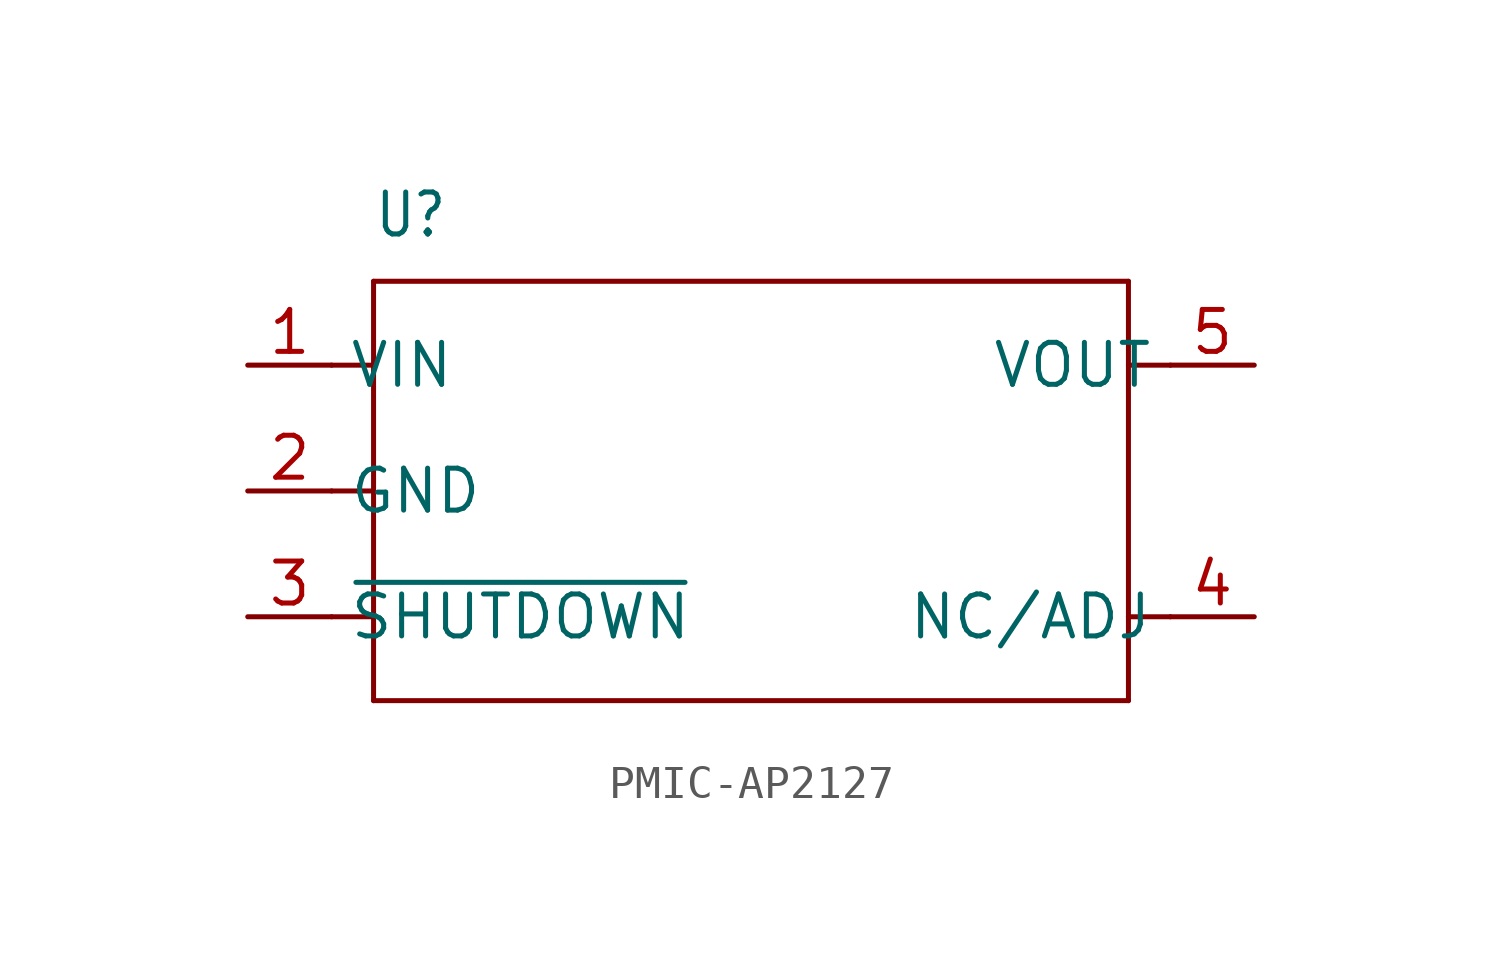
<source format=kicad_sym>
(kicad_symbol_lib
  (version 20220914)
  (generator kicad_symbol_editor)
  (symbol "PMIC-AP2127"
    (property "Reference" "U"
      (at -11.43 7.62 0)
      (effects (font (size 1.27 1.079)) (justify left bottom)))
    (property "Value" ""
      (at -11.43 6.35 0)
      (effects (font (size 1.27 1.079)) (justify left bottom)))
    (property "ki_locked" ""
      (at 0 0 0)
      (effects (font (size 1.27 1.27))))
    (symbol "PMIC-AP2127_1_0"
      (polyline (pts (xy -12.7 -3.81) (xy -11.43 -3.81)) (stroke (width 0.152) (type solid)) (fill (type none)))
      (polyline (pts (xy -12.7 0) (xy -11.43 0)) (stroke (width 0.152) (type solid)) (fill (type none)))
      (polyline (pts (xy -12.7 3.81) (xy -11.43 3.81)) (stroke (width 0.152) (type solid)) (fill (type none)))
      (polyline (pts (xy -11.43 -6.35) (xy -11.43 -3.81)) (stroke (width 0.152) (type solid)) (fill (type none)))
      (polyline (pts (xy -11.43 -3.81) (xy -11.43 0)) (stroke (width 0.152) (type solid)) (fill (type none)))
      (polyline (pts (xy -11.43 0) (xy -11.43 3.81)) (stroke (width 0.152) (type solid)) (fill (type none)))
      (polyline (pts (xy -11.43 3.81) (xy -11.43 6.35)) (stroke (width 0.152) (type solid)) (fill (type none)))
      (polyline (pts (xy -11.43 6.35) (xy 11.43 6.35)) (stroke (width 0.152) (type solid)) (fill (type none)))
      (polyline (pts (xy 11.43 -6.35) (xy -11.43 -6.35)) (stroke (width 0.152) (type solid)) (fill (type none)))
      (polyline (pts (xy 11.43 -3.81) (xy 11.43 -6.35)) (stroke (width 0.152) (type solid)) (fill (type none)))
      (polyline (pts (xy 11.43 3.81) (xy 11.43 -3.81)) (stroke (width 0.152) (type solid)) (fill (type none)))
      (polyline (pts (xy 11.43 6.35) (xy 11.43 3.81)) (stroke (width 0.152) (type solid)) (fill (type none)))
      (polyline (pts (xy 12.7 -3.81) (xy 11.43 -3.81)) (stroke (width 0.152) (type solid)) (fill (type none)))
      (polyline (pts (xy 12.7 3.81) (xy 11.43 3.81)) (stroke (width 0.152) (type solid)) (fill (type none)))
      (pin bidirectional line (at -15.24 3.81 0) (length 2.54) (name "VIN" (effects (font (size 1.27 1.27)))) (number "1" (effects (font (size 1.27 1.27)))))
      (pin bidirectional line (at -15.24 0 0) (length 2.54) (name "GND" (effects (font (size 1.27 1.27)))) (number "2" (effects (font (size 1.27 1.27)))))
      (pin bidirectional line (at -15.24 -3.81 0) (length 2.54) (name "~{SHUTDOWN}" (effects (font (size 1.27 1.27)))) (number "3" (effects (font (size 1.27 1.27)))))
      (pin bidirectional line (at 15.24 -3.81 180) (length 2.54) (name "NC/ADJ" (effects (font (size 1.27 1.27)))) (number "4" (effects (font (size 1.27 1.27)))))
      (pin bidirectional line (at 15.24 3.81 180) (length 2.54) (name "VOUT" (effects (font (size 1.27 1.27)))) (number "5" (effects (font (size 1.27 1.27))))))))
</source>
